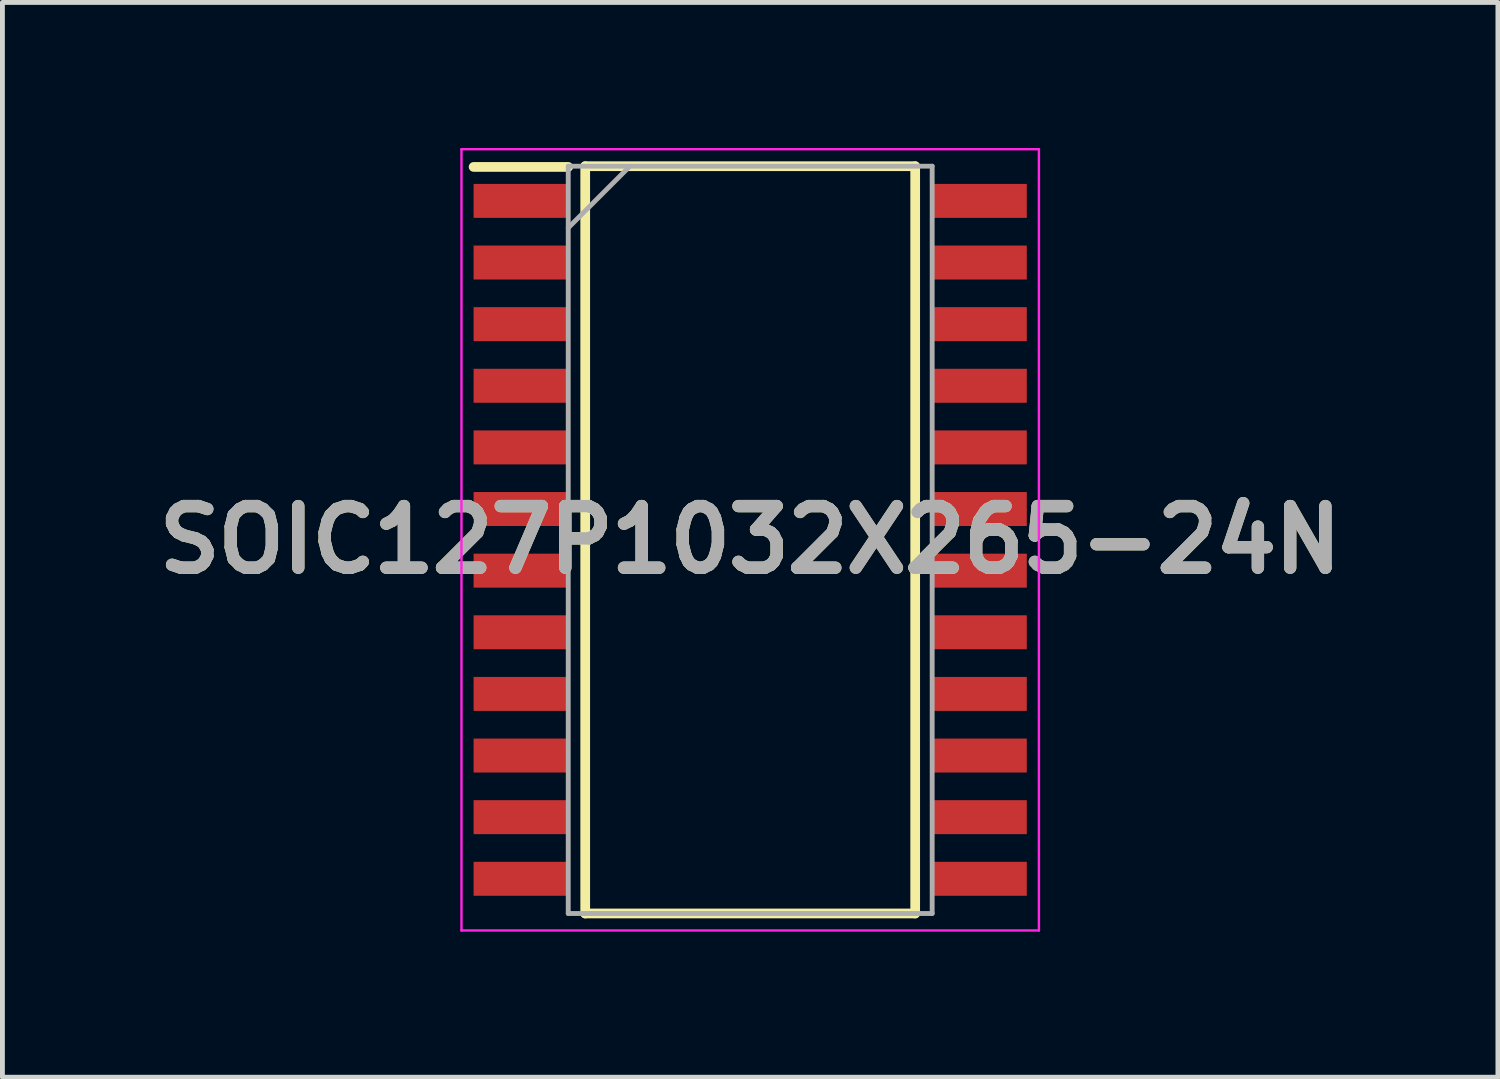
<source format=kicad_pcb>
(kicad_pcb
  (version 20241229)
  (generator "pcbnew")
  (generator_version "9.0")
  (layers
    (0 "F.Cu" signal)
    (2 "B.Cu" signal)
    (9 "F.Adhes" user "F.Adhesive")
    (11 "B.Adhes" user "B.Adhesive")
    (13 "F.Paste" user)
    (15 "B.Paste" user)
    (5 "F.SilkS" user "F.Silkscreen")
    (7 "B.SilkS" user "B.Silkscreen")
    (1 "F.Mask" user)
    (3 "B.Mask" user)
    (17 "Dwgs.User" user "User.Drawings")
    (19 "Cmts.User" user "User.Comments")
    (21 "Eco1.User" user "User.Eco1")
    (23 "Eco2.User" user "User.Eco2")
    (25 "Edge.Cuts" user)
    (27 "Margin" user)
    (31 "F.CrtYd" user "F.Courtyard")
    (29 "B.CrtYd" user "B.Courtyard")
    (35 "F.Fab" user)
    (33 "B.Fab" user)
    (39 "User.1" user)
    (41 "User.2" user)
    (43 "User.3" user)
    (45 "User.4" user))
  (footprint "SOIC127P1032X265-24N"
    (layer "F.Cu")
    (at 12.41 8.075)
    (property "Reference" "SOIC127P1032X265-24N" (at 0 0 0) (layer "F.SilkS") (effects (font (size 1.27 1.27) (thickness 0.254))))
    (attr smd)
    (fp_line (start -5.7 -7.685) (end -3.75 -7.685) (stroke (width 0.2) (type solid)) (layer "F.SilkS"))
    (fp_line (start -3.4 -7.7) (end 3.4 -7.7) (stroke (width 0.2) (type solid)) (layer "F.SilkS"))
    (fp_line (start -3.4 7.7) (end -3.4 -7.7) (stroke (width 0.2) (type solid)) (layer "F.SilkS"))
    (fp_line (start 3.4 -7.7) (end 3.4 7.7) (stroke (width 0.2) (type solid)) (layer "F.SilkS"))
    (fp_line (start 3.4 7.7) (end -3.4 7.7) (stroke (width 0.2) (type solid)) (layer "F.SilkS"))
    (fp_line (start -5.95 -8.05) (end 5.95 -8.05) (stroke (width 0.05) (type solid)) (layer "F.CrtYd"))
    (fp_line (start -5.95 8.05) (end -5.95 -8.05) (stroke (width 0.05) (type solid)) (layer "F.CrtYd"))
    (fp_line (start 5.95 -8.05) (end 5.95 8.05) (stroke (width 0.05) (type solid)) (layer "F.CrtYd"))
    (fp_line (start 5.95 8.05) (end -5.95 8.05) (stroke (width 0.05) (type solid)) (layer "F.CrtYd"))
    (fp_line (start -3.75 -7.7) (end 3.75 -7.7) (stroke (width 0.1) (type solid)) (layer "F.Fab"))
    (fp_line (start -3.75 -6.43) (end -2.48 -7.7) (stroke (width 0.1) (type solid)) (layer "F.Fab"))
    (fp_line (start -3.75 7.7) (end -3.75 -7.7) (stroke (width 0.1) (type solid)) (layer "F.Fab"))
    (fp_line (start 3.75 -7.7) (end 3.75 7.7) (stroke (width 0.1) (type solid)) (layer "F.Fab"))
    (fp_line (start 3.75 7.7) (end -3.75 7.7) (stroke (width 0.1) (type solid)) (layer "F.Fab"))
    (fp_text user "${REFERENCE}" (at 0 0 0) (layer "F.Fab") (effects (font (size 1.27 1.27) (thickness 0.254))))
    (pad "1" smd rect (at -4.725 -6.985 90) (size 0.7 1.95) (layers "F.Cu" "F.Mask" "F.Paste"))
    (pad "2" smd rect (at -4.725 -5.715 90) (size 0.7 1.95) (layers "F.Cu" "F.Mask" "F.Paste"))
    (pad "3" smd rect (at -4.725 -4.445 90) (size 0.7 1.95) (layers "F.Cu" "F.Mask" "F.Paste"))
    (pad "4" smd rect (at -4.725 -3.175 90) (size 0.7 1.95) (layers "F.Cu" "F.Mask" "F.Paste"))
    (pad "5" smd rect (at -4.725 -1.905 90) (size 0.7 1.95) (layers "F.Cu" "F.Mask" "F.Paste"))
    (pad "6" smd rect (at -4.725 -0.635 90) (size 0.7 1.95) (layers "F.Cu" "F.Mask" "F.Paste"))
    (pad "7" smd rect (at -4.725 0.635 90) (size 0.7 1.95) (layers "F.Cu" "F.Mask" "F.Paste"))
    (pad "8" smd rect (at -4.725 1.905 90) (size 0.7 1.95) (layers "F.Cu" "F.Mask" "F.Paste"))
    (pad "9" smd rect (at -4.725 3.175 90) (size 0.7 1.95) (layers "F.Cu" "F.Mask" "F.Paste"))
    (pad "10" smd rect (at -4.725 4.445 90) (size 0.7 1.95) (layers "F.Cu" "F.Mask" "F.Paste"))
    (pad "11" smd rect (at -4.725 5.715 90) (size 0.7 1.95) (layers "F.Cu" "F.Mask" "F.Paste"))
    (pad "12" smd rect (at -4.725 6.985 90) (size 0.7 1.95) (layers "F.Cu" "F.Mask" "F.Paste"))
    (pad "13" smd rect (at 4.725 6.985 90) (size 0.7 1.95) (layers "F.Cu" "F.Mask" "F.Paste"))
    (pad "14" smd rect (at 4.725 5.715 90) (size 0.7 1.95) (layers "F.Cu" "F.Mask" "F.Paste"))
    (pad "15" smd rect (at 4.725 4.445 90) (size 0.7 1.95) (layers "F.Cu" "F.Mask" "F.Paste"))
    (pad "16" smd rect (at 4.725 3.175 90) (size 0.7 1.95) (layers "F.Cu" "F.Mask" "F.Paste"))
    (pad "17" smd rect (at 4.725 1.905 90) (size 0.7 1.95) (layers "F.Cu" "F.Mask" "F.Paste"))
    (pad "18" smd rect (at 4.725 0.635 90) (size 0.7 1.95) (layers "F.Cu" "F.Mask" "F.Paste"))
    (pad "19" smd rect (at 4.725 -0.635 90) (size 0.7 1.95) (layers "F.Cu" "F.Mask" "F.Paste"))
    (pad "20" smd rect (at 4.725 -1.905 90) (size 0.7 1.95) (layers "F.Cu" "F.Mask" "F.Paste"))
    (pad "21" smd rect (at 4.725 -3.175 90) (size 0.7 1.95) (layers "F.Cu" "F.Mask" "F.Paste"))
    (pad "22" smd rect (at 4.725 -4.445 90) (size 0.7 1.95) (layers "F.Cu" "F.Mask" "F.Paste"))
    (pad "23" smd rect (at 4.725 -5.715 90) (size 0.7 1.95) (layers "F.Cu" "F.Mask" "F.Paste"))
    (pad "24" smd rect (at 4.725 -6.985 90) (size 0.7 1.95) (layers "F.Cu" "F.Mask" "F.Paste")))
  (gr_rect
    (start -3 -3)
    (end 27.819 19.15)
    (stroke (width 0.1) (type default))
    (fill no)
    (layer "Edge.Cuts")))
</source>
